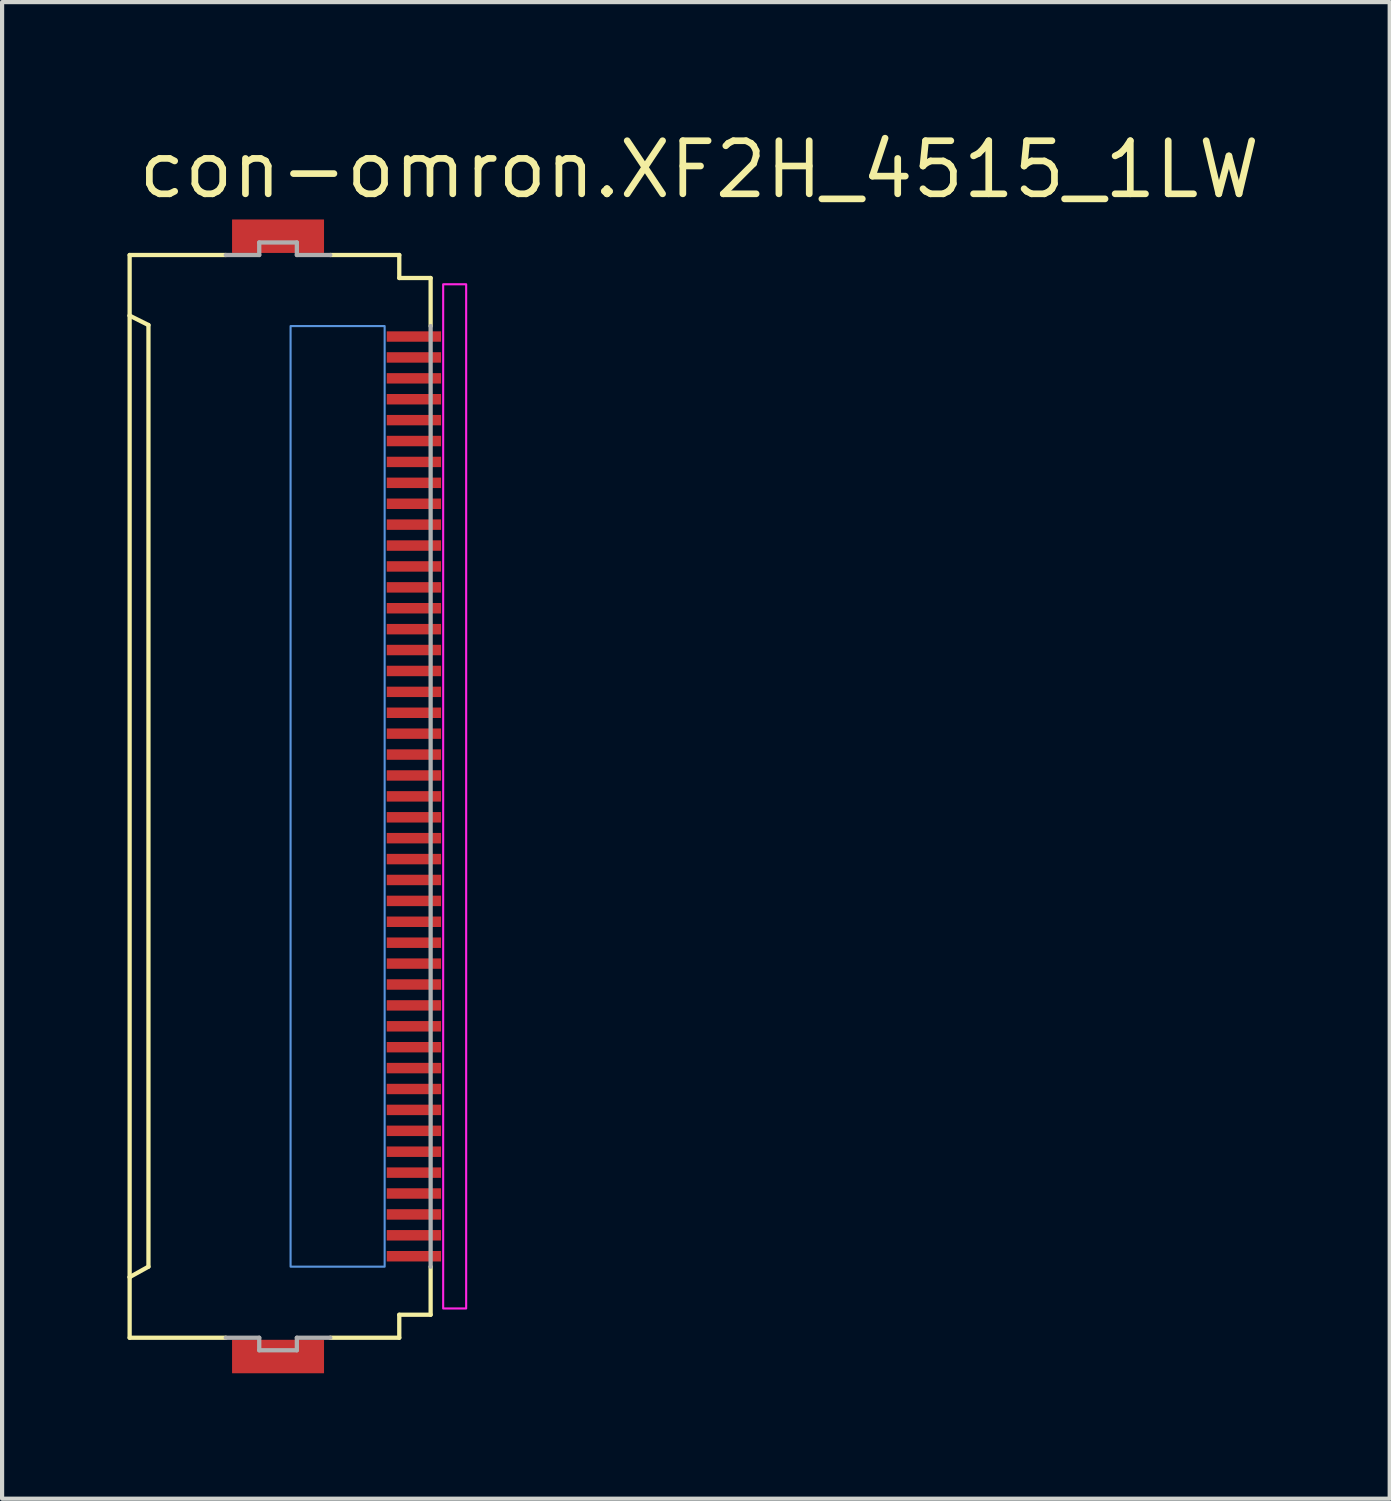
<source format=kicad_pcb>
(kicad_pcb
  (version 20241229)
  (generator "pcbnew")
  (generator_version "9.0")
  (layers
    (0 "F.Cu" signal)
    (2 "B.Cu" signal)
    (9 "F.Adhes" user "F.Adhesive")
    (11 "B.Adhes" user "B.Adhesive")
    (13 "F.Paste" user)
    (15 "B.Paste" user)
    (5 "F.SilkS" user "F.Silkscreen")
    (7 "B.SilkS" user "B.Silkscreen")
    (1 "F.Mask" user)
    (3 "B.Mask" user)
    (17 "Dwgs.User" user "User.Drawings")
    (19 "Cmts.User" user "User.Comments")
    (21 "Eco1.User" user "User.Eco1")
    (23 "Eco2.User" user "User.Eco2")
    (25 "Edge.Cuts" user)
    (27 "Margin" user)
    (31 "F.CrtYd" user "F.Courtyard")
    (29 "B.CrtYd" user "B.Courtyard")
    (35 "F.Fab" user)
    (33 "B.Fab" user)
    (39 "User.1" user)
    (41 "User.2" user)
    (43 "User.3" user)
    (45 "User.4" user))
  (footprint "con-omron.XF2H_4515_1LW"
    (layer "F.Cu")
    (at 3.676 16)
    (property "Reference" "con-omron.XF2H_4515_1LW" (at -3.5 -14.25 0) (layer "F.SilkS") (effects (font (size 1.27 1.27) (thickness 0.16)) (justify left bottom)))
    (attr smd)
    (fp_rect (start 2.475 -10.825) (end 3.875 -11.175) (stroke (width 0.05) (type default)) (fill yes) (layer "F.Mask"))
    (fp_rect (start 2.475 -10.325) (end 3.875 -10.675) (stroke (width 0.05) (type default)) (fill yes) (layer "F.Mask"))
    (fp_rect (start 2.475 -9.825) (end 3.875 -10.175) (stroke (width 0.05) (type default)) (fill yes) (layer "F.Mask"))
    (fp_rect (start 2.475 -9.325) (end 3.875 -9.675) (stroke (width 0.05) (type default)) (fill yes) (layer "F.Mask"))
    (fp_rect (start 2.475 -8.825) (end 3.875 -9.175) (stroke (width 0.05) (type default)) (fill yes) (layer "F.Mask"))
    (fp_rect (start 2.475 -8.325) (end 3.875 -8.675) (stroke (width 0.05) (type default)) (fill yes) (layer "F.Mask"))
    (fp_rect (start 2.475 -7.825) (end 3.875 -8.175) (stroke (width 0.05) (type default)) (fill yes) (layer "F.Mask"))
    (fp_rect (start 2.475 -7.325) (end 3.875 -7.675) (stroke (width 0.05) (type default)) (fill yes) (layer "F.Mask"))
    (fp_rect (start 2.475 -6.825) (end 3.875 -7.175) (stroke (width 0.05) (type default)) (fill yes) (layer "F.Mask"))
    (fp_rect (start 2.475 -6.325) (end 3.875 -6.675) (stroke (width 0.05) (type default)) (fill yes) (layer "F.Mask"))
    (fp_rect (start 2.475 -5.825) (end 3.875 -6.175) (stroke (width 0.05) (type default)) (fill yes) (layer "F.Mask"))
    (fp_rect (start 2.475 -5.325) (end 3.875 -5.675) (stroke (width 0.05) (type default)) (fill yes) (layer "F.Mask"))
    (fp_rect (start 2.475 -4.825) (end 3.875 -5.175) (stroke (width 0.05) (type default)) (fill yes) (layer "F.Mask"))
    (fp_rect (start 2.475 -4.325) (end 3.875 -4.675) (stroke (width 0.05) (type default)) (fill yes) (layer "F.Mask"))
    (fp_rect (start 2.475 -3.825) (end 3.875 -4.175) (stroke (width 0.05) (type default)) (fill yes) (layer "F.Mask"))
    (fp_rect (start 2.475 -3.325) (end 3.875 -3.675) (stroke (width 0.05) (type default)) (fill yes) (layer "F.Mask"))
    (fp_rect (start 2.475 -2.825) (end 3.875 -3.175) (stroke (width 0.05) (type default)) (fill yes) (layer "F.Mask"))
    (fp_rect (start 2.475 -2.325) (end 3.875 -2.675) (stroke (width 0.05) (type default)) (fill yes) (layer "F.Mask"))
    (fp_rect (start 2.475 -1.825) (end 3.875 -2.175) (stroke (width 0.05) (type default)) (fill yes) (layer "F.Mask"))
    (fp_rect (start 2.475 -1.325) (end 3.875 -1.675) (stroke (width 0.05) (type default)) (fill yes) (layer "F.Mask"))
    (fp_rect (start 2.475 -0.825) (end 3.875 -1.175) (stroke (width 0.05) (type default)) (fill yes) (layer "F.Mask"))
    (fp_rect (start 2.475 -0.325) (end 3.875 -0.675) (stroke (width 0.05) (type default)) (fill yes) (layer "F.Mask"))
    (fp_rect (start 2.475 0.175) (end 3.875 -0.175) (stroke (width 0.05) (type default)) (fill yes) (layer "F.Mask"))
    (fp_rect (start 2.475 0.675) (end 3.875 0.325) (stroke (width 0.05) (type default)) (fill yes) (layer "F.Mask"))
    (fp_rect (start 2.475 1.175) (end 3.875 0.825) (stroke (width 0.05) (type default)) (fill yes) (layer "F.Mask"))
    (fp_rect (start 2.475 1.675) (end 3.875 1.325) (stroke (width 0.05) (type default)) (fill yes) (layer "F.Mask"))
    (fp_rect (start 2.475 2.175) (end 3.875 1.825) (stroke (width 0.05) (type default)) (fill yes) (layer "F.Mask"))
    (fp_rect (start 2.475 2.675) (end 3.875 2.325) (stroke (width 0.05) (type default)) (fill yes) (layer "F.Mask"))
    (fp_rect (start 2.475 3.175) (end 3.875 2.825) (stroke (width 0.05) (type default)) (fill yes) (layer "F.Mask"))
    (fp_rect (start 2.475 3.675) (end 3.875 3.325) (stroke (width 0.05) (type default)) (fill yes) (layer "F.Mask"))
    (fp_rect (start 2.475 4.175) (end 3.875 3.825) (stroke (width 0.05) (type default)) (fill yes) (layer "F.Mask"))
    (fp_rect (start 2.475 4.675) (end 3.875 4.325) (stroke (width 0.05) (type default)) (fill yes) (layer "F.Mask"))
    (fp_rect (start 2.475 5.175) (end 3.875 4.825) (stroke (width 0.05) (type default)) (fill yes) (layer "F.Mask"))
    (fp_rect (start 2.475 5.675) (end 3.875 5.325) (stroke (width 0.05) (type default)) (fill yes) (layer "F.Mask"))
    (fp_rect (start 2.475 6.175) (end 3.875 5.825) (stroke (width 0.05) (type default)) (fill yes) (layer "F.Mask"))
    (fp_rect (start 2.475 6.675) (end 3.875 6.325) (stroke (width 0.05) (type default)) (fill yes) (layer "F.Mask"))
    (fp_rect (start 2.475 7.175) (end 3.875 6.825) (stroke (width 0.05) (type default)) (fill yes) (layer "F.Mask"))
    (fp_rect (start 2.475 7.675) (end 3.875 7.325) (stroke (width 0.05) (type default)) (fill yes) (layer "F.Mask"))
    (fp_rect (start 2.475 8.175) (end 3.875 7.825) (stroke (width 0.05) (type default)) (fill yes) (layer "F.Mask"))
    (fp_rect (start 2.475 8.675) (end 3.875 8.325) (stroke (width 0.05) (type default)) (fill yes) (layer "F.Mask"))
    (fp_rect (start 2.475 9.175) (end 3.875 8.825) (stroke (width 0.05) (type default)) (fill yes) (layer "F.Mask"))
    (fp_rect (start 2.475 9.675) (end 3.875 9.325) (stroke (width 0.05) (type default)) (fill yes) (layer "F.Mask"))
    (fp_rect (start 2.475 10.175) (end 3.875 9.825) (stroke (width 0.05) (type default)) (fill yes) (layer "F.Mask"))
    (fp_rect (start 2.475 10.675) (end 3.875 10.325) (stroke (width 0.05) (type default)) (fill yes) (layer "F.Mask"))
    (fp_rect (start 2.475 11.175) (end 3.875 10.825) (stroke (width 0.05) (type default)) (fill yes) (layer "F.Mask"))
    (fp_line (start -3.625 -12.95) (end -1.325 -12.95) (stroke (width 0.102) (type default)) (layer "F.SilkS"))
    (fp_line (start -3.625 -11.5) (end -3.625 -12.95) (stroke (width 0.102) (type default)) (layer "F.SilkS"))
    (fp_line (start -3.625 -11.5) (end -3.625 11.5) (stroke (width 0.102) (type default)) (layer "F.SilkS"))
    (fp_line (start -3.625 11.5) (end -3.175 11.25) (stroke (width 0.102) (type default)) (layer "F.SilkS"))
    (fp_line (start -3.625 12.95) (end -3.625 11.5) (stroke (width 0.102) (type default)) (layer "F.SilkS"))
    (fp_line (start -3.175 -11.275) (end -3.625 -11.5) (stroke (width 0.102) (type default)) (layer "F.SilkS"))
    (fp_line (start -3.175 11.25) (end -3.175 -11.275) (stroke (width 0.102) (type default)) (layer "F.SilkS"))
    (fp_line (start -1.325 12.95) (end -3.625 12.95) (stroke (width 0.102) (type default)) (layer "F.SilkS"))
    (fp_line (start 1.175 -12.95) (end 2.825 -12.95) (stroke (width 0.102) (type default)) (layer "F.SilkS"))
    (fp_line (start 1.175 12.95) (end 2.825 12.95) (stroke (width 0.102) (type default)) (layer "F.SilkS"))
    (fp_line (start 2.825 -12.95) (end 2.825 -12.4) (stroke (width 0.102) (type default)) (layer "F.SilkS"))
    (fp_line (start 2.825 -12.4) (end 3.575 -12.4) (stroke (width 0.102) (type default)) (layer "F.SilkS"))
    (fp_line (start 2.825 12.4) (end 2.825 12.95) (stroke (width 0.102) (type default)) (layer "F.SilkS"))
    (fp_line (start 2.825 12.4) (end 3.575 12.4) (stroke (width 0.102) (type default)) (layer "F.SilkS"))
    (fp_line (start 3.575 -12.4) (end 3.575 -11.25) (stroke (width 0.102) (type default)) (layer "F.SilkS"))
    (fp_line (start 3.575 11.25) (end 3.575 12.4) (stroke (width 0.102) (type default)) (layer "F.SilkS"))
    (fp_rect (start 0.225 11.25) (end 2.475 -11.25) (stroke (width 0.05) (type default)) (fill no) (layer "Cmts.User"))
    (fp_rect (start 3.875 12.25) (end 4.425 -12.25) (stroke (width 0.05) (type default)) (fill no) (layer "F.CrtYd"))
    (fp_line (start -1.325 -12.95) (end -0.525 -12.95) (stroke (width 0.102) (type default)) (layer "F.Fab"))
    (fp_line (start -0.525 -13.25) (end 0.375 -13.25) (stroke (width 0.102) (type default)) (layer "F.Fab"))
    (fp_line (start -0.525 -12.95) (end -0.525 -13.25) (stroke (width 0.102) (type default)) (layer "F.Fab"))
    (fp_line (start -0.525 12.95) (end -1.325 12.95) (stroke (width 0.102) (type default)) (layer "F.Fab"))
    (fp_line (start -0.525 13.25) (end -0.525 12.95) (stroke (width 0.102) (type default)) (layer "F.Fab"))
    (fp_line (start 0.375 -13.25) (end 0.375 -12.95) (stroke (width 0.102) (type default)) (layer "F.Fab"))
    (fp_line (start 0.375 -12.95) (end 1.175 -12.95) (stroke (width 0.102) (type default)) (layer "F.Fab"))
    (fp_line (start 0.375 12.95) (end 0.375 13.25) (stroke (width 0.102) (type default)) (layer "F.Fab"))
    (fp_line (start 0.375 13.25) (end -0.525 13.25) (stroke (width 0.102) (type default)) (layer "F.Fab"))
    (fp_line (start 1.175 12.95) (end 0.375 12.95) (stroke (width 0.102) (type default)) (layer "F.Fab"))
    (fp_line (start 3.575 -11.25) (end 3.575 11.25) (stroke (width 0.102) (type default)) (layer "F.Fab"))
    (pad "1" smd roundrect (at 3.175 -11) (size 1.3 0.25) (layers "F.Cu" "F.Mask" "F.Paste") (roundrect_rratio 0.01))
    (pad "2" smd roundrect (at 3.175 -10.5) (size 1.3 0.25) (layers "F.Cu" "F.Mask" "F.Paste") (roundrect_rratio 0.01))
    (pad "3" smd roundrect (at 3.175 -10) (size 1.3 0.25) (layers "F.Cu" "F.Mask" "F.Paste") (roundrect_rratio 0.01))
    (pad "4" smd roundrect (at 3.175 -9.5) (size 1.3 0.25) (layers "F.Cu" "F.Mask" "F.Paste") (roundrect_rratio 0.01))
    (pad "5" smd roundrect (at 3.175 -9) (size 1.3 0.25) (layers "F.Cu" "F.Mask" "F.Paste") (roundrect_rratio 0.01))
    (pad "6" smd roundrect (at 3.175 -8.5) (size 1.3 0.25) (layers "F.Cu" "F.Mask" "F.Paste") (roundrect_rratio 0.01))
    (pad "7" smd roundrect (at 3.175 -8) (size 1.3 0.25) (layers "F.Cu" "F.Mask" "F.Paste") (roundrect_rratio 0.01))
    (pad "8" smd roundrect (at 3.175 -7.5) (size 1.3 0.25) (layers "F.Cu" "F.Mask" "F.Paste") (roundrect_rratio 0.01))
    (pad "9" smd roundrect (at 3.175 -7) (size 1.3 0.25) (layers "F.Cu" "F.Mask" "F.Paste") (roundrect_rratio 0.01))
    (pad "10" smd roundrect (at 3.175 -6.5) (size 1.3 0.25) (layers "F.Cu" "F.Mask" "F.Paste") (roundrect_rratio 0.01))
    (pad "11" smd roundrect (at 3.175 -6) (size 1.3 0.25) (layers "F.Cu" "F.Mask" "F.Paste") (roundrect_rratio 0.01))
    (pad "12" smd roundrect (at 3.175 -5.5) (size 1.3 0.25) (layers "F.Cu" "F.Mask" "F.Paste") (roundrect_rratio 0.01))
    (pad "13" smd roundrect (at 3.175 -5) (size 1.3 0.25) (layers "F.Cu" "F.Mask" "F.Paste") (roundrect_rratio 0.01))
    (pad "14" smd roundrect (at 3.175 -4.5) (size 1.3 0.25) (layers "F.Cu" "F.Mask" "F.Paste") (roundrect_rratio 0.01))
    (pad "15" smd roundrect (at 3.175 -4) (size 1.3 0.25) (layers "F.Cu" "F.Mask" "F.Paste") (roundrect_rratio 0.01))
    (pad "16" smd roundrect (at 3.175 -3.5) (size 1.3 0.25) (layers "F.Cu" "F.Mask" "F.Paste") (roundrect_rratio 0.01))
    (pad "17" smd roundrect (at 3.175 -3) (size 1.3 0.25) (layers "F.Cu" "F.Mask" "F.Paste") (roundrect_rratio 0.01))
    (pad "18" smd roundrect (at 3.175 -2.5) (size 1.3 0.25) (layers "F.Cu" "F.Mask" "F.Paste") (roundrect_rratio 0.01))
    (pad "19" smd roundrect (at 3.175 -2) (size 1.3 0.25) (layers "F.Cu" "F.Mask" "F.Paste") (roundrect_rratio 0.01))
    (pad "20" smd roundrect (at 3.175 -1.5) (size 1.3 0.25) (layers "F.Cu" "F.Mask" "F.Paste") (roundrect_rratio 0.01))
    (pad "21" smd roundrect (at 3.175 -1) (size 1.3 0.25) (layers "F.Cu" "F.Mask" "F.Paste") (roundrect_rratio 0.01))
    (pad "22" smd roundrect (at 3.175 -0.5) (size 1.3 0.25) (layers "F.Cu" "F.Mask" "F.Paste") (roundrect_rratio 0.01))
    (pad "23" smd roundrect (at 3.175 0) (size 1.3 0.25) (layers "F.Cu" "F.Mask" "F.Paste") (roundrect_rratio 0.01))
    (pad "24" smd roundrect (at 3.175 0.5) (size 1.3 0.25) (layers "F.Cu" "F.Mask" "F.Paste") (roundrect_rratio 0.01))
    (pad "25" smd roundrect (at 3.175 1) (size 1.3 0.25) (layers "F.Cu" "F.Mask" "F.Paste") (roundrect_rratio 0.01))
    (pad "26" smd roundrect (at 3.175 1.5) (size 1.3 0.25) (layers "F.Cu" "F.Mask" "F.Paste") (roundrect_rratio 0.01))
    (pad "27" smd roundrect (at 3.175 2) (size 1.3 0.25) (layers "F.Cu" "F.Mask" "F.Paste") (roundrect_rratio 0.01))
    (pad "28" smd roundrect (at 3.175 2.5) (size 1.3 0.25) (layers "F.Cu" "F.Mask" "F.Paste") (roundrect_rratio 0.01))
    (pad "29" smd roundrect (at 3.175 3) (size 1.3 0.25) (layers "F.Cu" "F.Mask" "F.Paste") (roundrect_rratio 0.01))
    (pad "30" smd roundrect (at 3.175 3.5) (size 1.3 0.25) (layers "F.Cu" "F.Mask" "F.Paste") (roundrect_rratio 0.01))
    (pad "31" smd roundrect (at 3.175 4) (size 1.3 0.25) (layers "F.Cu" "F.Mask" "F.Paste") (roundrect_rratio 0.01))
    (pad "32" smd roundrect (at 3.175 4.5) (size 1.3 0.25) (layers "F.Cu" "F.Mask" "F.Paste") (roundrect_rratio 0.01))
    (pad "33" smd roundrect (at 3.175 5) (size 1.3 0.25) (layers "F.Cu" "F.Mask" "F.Paste") (roundrect_rratio 0.01))
    (pad "34" smd roundrect (at 3.175 5.5) (size 1.3 0.25) (layers "F.Cu" "F.Mask" "F.Paste") (roundrect_rratio 0.01))
    (pad "35" smd roundrect (at 3.175 6) (size 1.3 0.25) (layers "F.Cu" "F.Mask" "F.Paste") (roundrect_rratio 0.01))
    (pad "36" smd roundrect (at 3.175 6.5) (size 1.3 0.25) (layers "F.Cu" "F.Mask" "F.Paste") (roundrect_rratio 0.01))
    (pad "37" smd roundrect (at 3.175 7) (size 1.3 0.25) (layers "F.Cu" "F.Mask" "F.Paste") (roundrect_rratio 0.01))
    (pad "38" smd roundrect (at 3.175 7.5) (size 1.3 0.25) (layers "F.Cu" "F.Mask" "F.Paste") (roundrect_rratio 0.01))
    (pad "39" smd roundrect (at 3.175 8) (size 1.3 0.25) (layers "F.Cu" "F.Mask" "F.Paste") (roundrect_rratio 0.01))
    (pad "40" smd roundrect (at 3.175 8.5) (size 1.3 0.25) (layers "F.Cu" "F.Mask" "F.Paste") (roundrect_rratio 0.01))
    (pad "41" smd roundrect (at 3.175 9) (size 1.3 0.25) (layers "F.Cu" "F.Mask" "F.Paste") (roundrect_rratio 0.01))
    (pad "42" smd roundrect (at 3.175 9.5) (size 1.3 0.25) (layers "F.Cu" "F.Mask" "F.Paste") (roundrect_rratio 0.01))
    (pad "43" smd roundrect (at 3.175 10) (size 1.3 0.25) (layers "F.Cu" "F.Mask" "F.Paste") (roundrect_rratio 0.01))
    (pad "44" smd roundrect (at 3.175 10.5) (size 1.3 0.25) (layers "F.Cu" "F.Mask" "F.Paste") (roundrect_rratio 0.01))
    (pad "45" smd roundrect (at 3.175 11) (size 1.3 0.25) (layers "F.Cu" "F.Mask" "F.Paste") (roundrect_rratio 0.01))
    (pad "M1" smd roundrect (at -0.075 -13.4) (size 2.2 0.8) (layers "F.Cu" "F.Mask" "F.Paste") (roundrect_rratio 0.01))
    (pad "M2" smd roundrect (at -0.075 13.4) (size 2.2 0.8) (layers "F.Cu" "F.Mask" "F.Paste") (roundrect_rratio 0.01)))
  (gr_rect
    (start -3 -3)
    (end 30.193 32.8)
    (stroke (width 0.1) (type default))
    (fill no)
    (layer "Edge.Cuts")))
</source>
